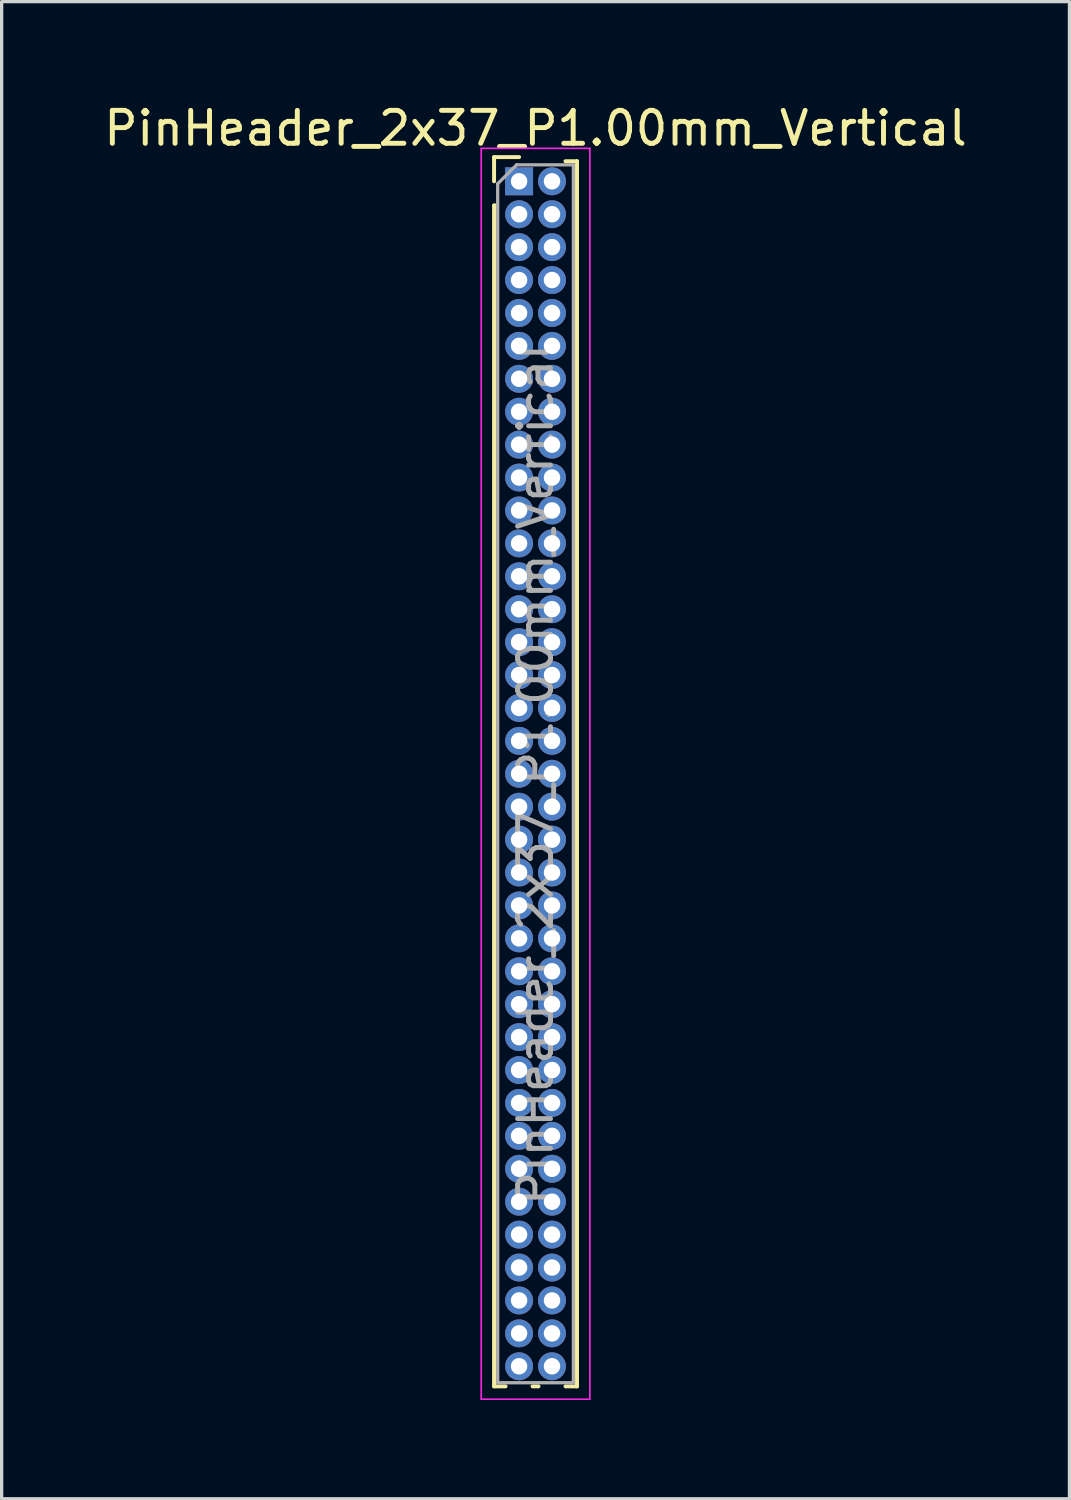
<source format=kicad_pcb>
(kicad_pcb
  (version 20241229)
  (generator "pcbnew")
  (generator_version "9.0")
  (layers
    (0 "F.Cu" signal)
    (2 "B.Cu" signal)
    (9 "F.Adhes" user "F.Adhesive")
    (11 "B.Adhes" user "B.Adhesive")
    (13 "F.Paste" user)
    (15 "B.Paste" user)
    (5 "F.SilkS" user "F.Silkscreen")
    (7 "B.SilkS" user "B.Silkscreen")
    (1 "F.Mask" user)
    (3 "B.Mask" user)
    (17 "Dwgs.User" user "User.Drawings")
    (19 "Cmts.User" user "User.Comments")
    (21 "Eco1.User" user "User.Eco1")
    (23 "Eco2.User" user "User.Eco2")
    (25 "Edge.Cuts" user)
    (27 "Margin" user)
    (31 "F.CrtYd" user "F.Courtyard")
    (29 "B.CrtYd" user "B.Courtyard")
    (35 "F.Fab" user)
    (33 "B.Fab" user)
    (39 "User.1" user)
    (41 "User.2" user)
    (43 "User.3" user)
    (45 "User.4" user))
  (footprint "PinHeader_2x37_P1.00mm_Vertical"
    (layer "F.Cu")
    (at 12.72 2.458)
    (property "Reference" "PinHeader_2x37_P1.00mm_Vertical" (at 0.5 -1.61 0) (layer "F.SilkS") (effects (font (size 1 1) (thickness 0.15))))
    (attr through_hole)
    (fp_line (start -0.76 -0.735) (end 0 -0.735) (stroke (width 0.12) (type solid)) (layer "F.SilkS"))
    (fp_line (start -0.76 0) (end -0.76 -0.735) (stroke (width 0.12) (type solid)) (layer "F.SilkS"))
    (fp_line (start -0.76 0.735) (end -0.76 36.61) (stroke (width 0.12) (type solid)) (layer "F.SilkS"))
    (fp_line (start -0.76 0.735) (end -0.686 0.735) (stroke (width 0.12) (type solid)) (layer "F.SilkS"))
    (fp_line (start -0.76 36.61) (end -0.41 36.61) (stroke (width 0.12) (type solid)) (layer "F.SilkS"))
    (fp_line (start 0.41 36.61) (end 0.59 36.61) (stroke (width 0.12) (type solid)) (layer "F.SilkS"))
    (fp_line (start 1.41 -0.61) (end 1.76 -0.61) (stroke (width 0.12) (type solid)) (layer "F.SilkS"))
    (fp_line (start 1.41 36.61) (end 1.76 36.61) (stroke (width 0.12) (type solid)) (layer "F.SilkS"))
    (fp_line (start 1.76 -0.61) (end 1.76 36.61) (stroke (width 0.12) (type solid)) (layer "F.SilkS"))
    (fp_line (start -1.15 -1) (end -1.15 37) (stroke (width 0.05) (type solid)) (layer "F.CrtYd"))
    (fp_line (start -1.15 37) (end 2.15 37) (stroke (width 0.05) (type solid)) (layer "F.CrtYd"))
    (fp_line (start 2.15 -1) (end -1.15 -1) (stroke (width 0.05) (type solid)) (layer "F.CrtYd"))
    (fp_line (start 2.15 37) (end 2.15 -1) (stroke (width 0.05) (type solid)) (layer "F.CrtYd"))
    (fp_line (start -0.65 0.075) (end -0.075 -0.5) (stroke (width 0.1) (type solid)) (layer "F.Fab"))
    (fp_line (start -0.65 36.5) (end -0.65 0.075) (stroke (width 0.1) (type solid)) (layer "F.Fab"))
    (fp_line (start -0.075 -0.5) (end 1.65 -0.5) (stroke (width 0.1) (type solid)) (layer "F.Fab"))
    (fp_line (start 1.65 -0.5) (end 1.65 36.5) (stroke (width 0.1) (type solid)) (layer "F.Fab"))
    (fp_line (start 1.65 36.5) (end -0.65 36.5) (stroke (width 0.1) (type solid)) (layer "F.Fab"))
    (fp_text user "${REFERENCE}" (at 0.5 18 90) (layer "F.Fab") (effects (font (size 1 1) (thickness 0.15))))
    (pad "1" thru_hole rect (at 0 0) (size 0.85 0.85) (drill 0.5) (layers "*.Cu" "*.Mask"))
    (pad "2" thru_hole circle (at 1 0) (size 0.85 0.85) (drill 0.5) (layers "*.Cu" "*.Mask"))
    (pad "3" thru_hole circle (at 0 1) (size 0.85 0.85) (drill 0.5) (layers "*.Cu" "*.Mask"))
    (pad "4" thru_hole circle (at 1 1) (size 0.85 0.85) (drill 0.5) (layers "*.Cu" "*.Mask"))
    (pad "5" thru_hole circle (at 0 2) (size 0.85 0.85) (drill 0.5) (layers "*.Cu" "*.Mask"))
    (pad "6" thru_hole circle (at 1 2) (size 0.85 0.85) (drill 0.5) (layers "*.Cu" "*.Mask"))
    (pad "7" thru_hole circle (at 0 3) (size 0.85 0.85) (drill 0.5) (layers "*.Cu" "*.Mask"))
    (pad "8" thru_hole circle (at 1 3) (size 0.85 0.85) (drill 0.5) (layers "*.Cu" "*.Mask"))
    (pad "9" thru_hole circle (at 0 4) (size 0.85 0.85) (drill 0.5) (layers "*.Cu" "*.Mask"))
    (pad "10" thru_hole circle (at 1 4) (size 0.85 0.85) (drill 0.5) (layers "*.Cu" "*.Mask"))
    (pad "11" thru_hole circle (at 0 5) (size 0.85 0.85) (drill 0.5) (layers "*.Cu" "*.Mask"))
    (pad "12" thru_hole circle (at 1 5) (size 0.85 0.85) (drill 0.5) (layers "*.Cu" "*.Mask"))
    (pad "13" thru_hole circle (at 0 6) (size 0.85 0.85) (drill 0.5) (layers "*.Cu" "*.Mask"))
    (pad "14" thru_hole circle (at 1 6) (size 0.85 0.85) (drill 0.5) (layers "*.Cu" "*.Mask"))
    (pad "15" thru_hole circle (at 0 7) (size 0.85 0.85) (drill 0.5) (layers "*.Cu" "*.Mask"))
    (pad "16" thru_hole circle (at 1 7) (size 0.85 0.85) (drill 0.5) (layers "*.Cu" "*.Mask"))
    (pad "17" thru_hole circle (at 0 8) (size 0.85 0.85) (drill 0.5) (layers "*.Cu" "*.Mask"))
    (pad "18" thru_hole circle (at 1 8) (size 0.85 0.85) (drill 0.5) (layers "*.Cu" "*.Mask"))
    (pad "19" thru_hole circle (at 0 9) (size 0.85 0.85) (drill 0.5) (layers "*.Cu" "*.Mask"))
    (pad "20" thru_hole circle (at 1 9) (size 0.85 0.85) (drill 0.5) (layers "*.Cu" "*.Mask"))
    (pad "21" thru_hole circle (at 0 10) (size 0.85 0.85) (drill 0.5) (layers "*.Cu" "*.Mask"))
    (pad "22" thru_hole circle (at 1 10) (size 0.85 0.85) (drill 0.5) (layers "*.Cu" "*.Mask"))
    (pad "23" thru_hole circle (at 0 11) (size 0.85 0.85) (drill 0.5) (layers "*.Cu" "*.Mask"))
    (pad "24" thru_hole circle (at 1 11) (size 0.85 0.85) (drill 0.5) (layers "*.Cu" "*.Mask"))
    (pad "25" thru_hole circle (at 0 12) (size 0.85 0.85) (drill 0.5) (layers "*.Cu" "*.Mask"))
    (pad "26" thru_hole circle (at 1 12) (size 0.85 0.85) (drill 0.5) (layers "*.Cu" "*.Mask"))
    (pad "27" thru_hole circle (at 0 13) (size 0.85 0.85) (drill 0.5) (layers "*.Cu" "*.Mask"))
    (pad "28" thru_hole circle (at 1 13) (size 0.85 0.85) (drill 0.5) (layers "*.Cu" "*.Mask"))
    (pad "29" thru_hole circle (at 0 14) (size 0.85 0.85) (drill 0.5) (layers "*.Cu" "*.Mask"))
    (pad "30" thru_hole circle (at 1 14) (size 0.85 0.85) (drill 0.5) (layers "*.Cu" "*.Mask"))
    (pad "31" thru_hole circle (at 0 15) (size 0.85 0.85) (drill 0.5) (layers "*.Cu" "*.Mask"))
    (pad "32" thru_hole circle (at 1 15) (size 0.85 0.85) (drill 0.5) (layers "*.Cu" "*.Mask"))
    (pad "33" thru_hole circle (at 0 16) (size 0.85 0.85) (drill 0.5) (layers "*.Cu" "*.Mask"))
    (pad "34" thru_hole circle (at 1 16) (size 0.85 0.85) (drill 0.5) (layers "*.Cu" "*.Mask"))
    (pad "35" thru_hole circle (at 0 17) (size 0.85 0.85) (drill 0.5) (layers "*.Cu" "*.Mask"))
    (pad "36" thru_hole circle (at 1 17) (size 0.85 0.85) (drill 0.5) (layers "*.Cu" "*.Mask"))
    (pad "37" thru_hole circle (at 0 18) (size 0.85 0.85) (drill 0.5) (layers "*.Cu" "*.Mask"))
    (pad "38" thru_hole circle (at 1 18) (size 0.85 0.85) (drill 0.5) (layers "*.Cu" "*.Mask"))
    (pad "39" thru_hole circle (at 0 19) (size 0.85 0.85) (drill 0.5) (layers "*.Cu" "*.Mask"))
    (pad "40" thru_hole circle (at 1 19) (size 0.85 0.85) (drill 0.5) (layers "*.Cu" "*.Mask"))
    (pad "41" thru_hole circle (at 0 20) (size 0.85 0.85) (drill 0.5) (layers "*.Cu" "*.Mask"))
    (pad "42" thru_hole circle (at 1 20) (size 0.85 0.85) (drill 0.5) (layers "*.Cu" "*.Mask"))
    (pad "43" thru_hole circle (at 0 21) (size 0.85 0.85) (drill 0.5) (layers "*.Cu" "*.Mask"))
    (pad "44" thru_hole circle (at 1 21) (size 0.85 0.85) (drill 0.5) (layers "*.Cu" "*.Mask"))
    (pad "45" thru_hole circle (at 0 22) (size 0.85 0.85) (drill 0.5) (layers "*.Cu" "*.Mask"))
    (pad "46" thru_hole circle (at 1 22) (size 0.85 0.85) (drill 0.5) (layers "*.Cu" "*.Mask"))
    (pad "47" thru_hole circle (at 0 23) (size 0.85 0.85) (drill 0.5) (layers "*.Cu" "*.Mask"))
    (pad "48" thru_hole circle (at 1 23) (size 0.85 0.85) (drill 0.5) (layers "*.Cu" "*.Mask"))
    (pad "49" thru_hole circle (at 0 24) (size 0.85 0.85) (drill 0.5) (layers "*.Cu" "*.Mask"))
    (pad "50" thru_hole circle (at 1 24) (size 0.85 0.85) (drill 0.5) (layers "*.Cu" "*.Mask"))
    (pad "51" thru_hole circle (at 0 25) (size 0.85 0.85) (drill 0.5) (layers "*.Cu" "*.Mask"))
    (pad "52" thru_hole circle (at 1 25) (size 0.85 0.85) (drill 0.5) (layers "*.Cu" "*.Mask"))
    (pad "53" thru_hole circle (at 0 26) (size 0.85 0.85) (drill 0.5) (layers "*.Cu" "*.Mask"))
    (pad "54" thru_hole circle (at 1 26) (size 0.85 0.85) (drill 0.5) (layers "*.Cu" "*.Mask"))
    (pad "55" thru_hole circle (at 0 27) (size 0.85 0.85) (drill 0.5) (layers "*.Cu" "*.Mask"))
    (pad "56" thru_hole circle (at 1 27) (size 0.85 0.85) (drill 0.5) (layers "*.Cu" "*.Mask"))
    (pad "57" thru_hole circle (at 0 28) (size 0.85 0.85) (drill 0.5) (layers "*.Cu" "*.Mask"))
    (pad "58" thru_hole circle (at 1 28) (size 0.85 0.85) (drill 0.5) (layers "*.Cu" "*.Mask"))
    (pad "59" thru_hole circle (at 0 29) (size 0.85 0.85) (drill 0.5) (layers "*.Cu" "*.Mask"))
    (pad "60" thru_hole circle (at 1 29) (size 0.85 0.85) (drill 0.5) (layers "*.Cu" "*.Mask"))
    (pad "61" thru_hole circle (at 0 30) (size 0.85 0.85) (drill 0.5) (layers "*.Cu" "*.Mask"))
    (pad "62" thru_hole circle (at 1 30) (size 0.85 0.85) (drill 0.5) (layers "*.Cu" "*.Mask"))
    (pad "63" thru_hole circle (at 0 31) (size 0.85 0.85) (drill 0.5) (layers "*.Cu" "*.Mask"))
    (pad "64" thru_hole circle (at 1 31) (size 0.85 0.85) (drill 0.5) (layers "*.Cu" "*.Mask"))
    (pad "65" thru_hole circle (at 0 32) (size 0.85 0.85) (drill 0.5) (layers "*.Cu" "*.Mask"))
    (pad "66" thru_hole circle (at 1 32) (size 0.85 0.85) (drill 0.5) (layers "*.Cu" "*.Mask"))
    (pad "67" thru_hole circle (at 0 33) (size 0.85 0.85) (drill 0.5) (layers "*.Cu" "*.Mask"))
    (pad "68" thru_hole circle (at 1 33) (size 0.85 0.85) (drill 0.5) (layers "*.Cu" "*.Mask"))
    (pad "69" thru_hole circle (at 0 34) (size 0.85 0.85) (drill 0.5) (layers "*.Cu" "*.Mask"))
    (pad "70" thru_hole circle (at 1 34) (size 0.85 0.85) (drill 0.5) (layers "*.Cu" "*.Mask"))
    (pad "71" thru_hole circle (at 0 35) (size 0.85 0.85) (drill 0.5) (layers "*.Cu" "*.Mask"))
    (pad "72" thru_hole circle (at 1 35) (size 0.85 0.85) (drill 0.5) (layers "*.Cu" "*.Mask"))
    (pad "73" thru_hole circle (at 0 36) (size 0.85 0.85) (drill 0.5) (layers "*.Cu" "*.Mask"))
    (pad "74" thru_hole circle (at 1 36) (size 0.85 0.85) (drill 0.5) (layers "*.Cu" "*.Mask")))
  (gr_rect
    (start -3 -3)
    (end 29.44 42.483)
    (stroke (width 0.1) (type default))
    (fill no)
    (layer "Edge.Cuts")))
</source>
